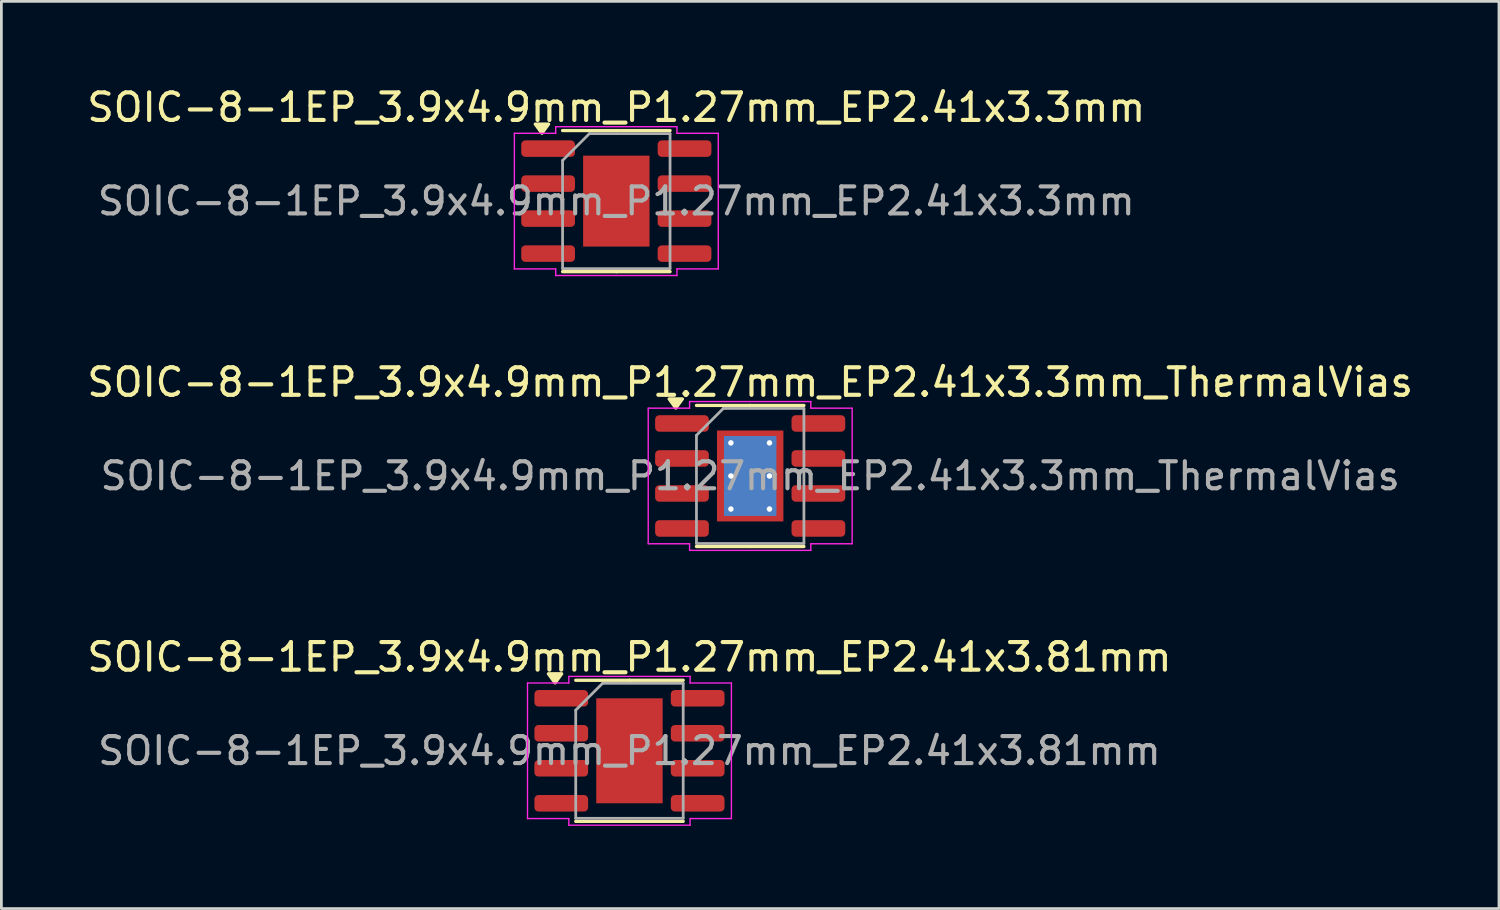
<source format=kicad_pcb>
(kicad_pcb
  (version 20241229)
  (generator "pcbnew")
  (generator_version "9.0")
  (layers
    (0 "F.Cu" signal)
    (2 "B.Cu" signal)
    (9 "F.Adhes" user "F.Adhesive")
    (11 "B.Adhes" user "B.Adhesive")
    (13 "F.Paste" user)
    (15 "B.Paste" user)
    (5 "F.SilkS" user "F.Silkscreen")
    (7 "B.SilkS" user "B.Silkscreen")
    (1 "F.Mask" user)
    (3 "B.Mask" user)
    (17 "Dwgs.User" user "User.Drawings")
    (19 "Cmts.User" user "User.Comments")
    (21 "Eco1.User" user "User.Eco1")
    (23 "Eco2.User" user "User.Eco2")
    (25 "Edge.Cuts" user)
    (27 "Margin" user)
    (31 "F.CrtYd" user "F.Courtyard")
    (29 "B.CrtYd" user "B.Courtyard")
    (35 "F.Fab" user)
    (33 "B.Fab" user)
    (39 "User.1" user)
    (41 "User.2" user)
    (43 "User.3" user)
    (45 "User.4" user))
  (footprint "SOIC-8-1EP_3.9x4.9mm_P1.27mm_EP2.41x3.3mm_ThermalVias"
    (layer "F.Cu")
    (at 24.173 14.222)
    (property "Reference" "SOIC-8-1EP_3.9x4.9mm_P1.27mm_EP2.41x3.3mm_ThermalVias" (at 0 -3.4 0) (layer "F.SilkS") (effects (font (size 1 1) (thickness 0.15))))
    (attr smd)
    (fp_line (start 0 -2.56) (end -1.95 -2.56) (stroke (width 0.12) (type solid)) (layer "F.SilkS"))
    (fp_line (start 0 -2.56) (end 1.95 -2.56) (stroke (width 0.12) (type solid)) (layer "F.SilkS"))
    (fp_line (start 0 2.56) (end -1.95 2.56) (stroke (width 0.12) (type solid)) (layer "F.SilkS"))
    (fp_line (start 0 2.56) (end 1.95 2.56) (stroke (width 0.12) (type solid)) (layer "F.SilkS"))
    (fp_poly (pts (xy -2.7 -2.465) (xy -2.94 -2.795) (xy -2.46 -2.795)) (stroke (width 0.12) (type solid)) (fill yes) (layer "F.SilkS"))
    (fp_line (start -3.7 -2.46) (end -2.2 -2.46) (stroke (width 0.05) (type solid)) (layer "F.CrtYd"))
    (fp_line (start -3.7 2.46) (end -3.7 -2.46) (stroke (width 0.05) (type solid)) (layer "F.CrtYd"))
    (fp_line (start -2.2 -2.7) (end 2.2 -2.7) (stroke (width 0.05) (type solid)) (layer "F.CrtYd"))
    (fp_line (start -2.2 -2.46) (end -2.2 -2.7) (stroke (width 0.05) (type solid)) (layer "F.CrtYd"))
    (fp_line (start -2.2 2.46) (end -3.7 2.46) (stroke (width 0.05) (type solid)) (layer "F.CrtYd"))
    (fp_line (start -2.2 2.7) (end -2.2 2.46) (stroke (width 0.05) (type solid)) (layer "F.CrtYd"))
    (fp_line (start 2.2 -2.7) (end 2.2 -2.46) (stroke (width 0.05) (type solid)) (layer "F.CrtYd"))
    (fp_line (start 2.2 -2.46) (end 3.7 -2.46) (stroke (width 0.05) (type solid)) (layer "F.CrtYd"))
    (fp_line (start 2.2 2.46) (end 2.2 2.7) (stroke (width 0.05) (type solid)) (layer "F.CrtYd"))
    (fp_line (start 2.2 2.7) (end -2.2 2.7) (stroke (width 0.05) (type solid)) (layer "F.CrtYd"))
    (fp_line (start 3.7 -2.46) (end 3.7 2.46) (stroke (width 0.05) (type solid)) (layer "F.CrtYd"))
    (fp_line (start 3.7 2.46) (end 2.2 2.46) (stroke (width 0.05) (type solid)) (layer "F.CrtYd"))
    (fp_line (start -1.95 -1.475) (end -0.975 -2.45) (stroke (width 0.1) (type solid)) (layer "F.Fab"))
    (fp_line (start -1.95 2.45) (end -1.95 -1.475) (stroke (width 0.1) (type solid)) (layer "F.Fab"))
    (fp_line (start -0.975 -2.45) (end 1.95 -2.45) (stroke (width 0.1) (type solid)) (layer "F.Fab"))
    (fp_line (start 1.95 -2.45) (end 1.95 2.45) (stroke (width 0.1) (type solid)) (layer "F.Fab"))
    (fp_line (start 1.95 2.45) (end -1.95 2.45) (stroke (width 0.1) (type solid)) (layer "F.Fab"))
    (fp_text user "${REFERENCE}" (at 0 0 0) (layer "F.Fab") (effects (font (size 0.98 0.98) (thickness 0.15))))
    (pad "" smd roundrect (at -0.6 -0.825) (size 1.01 1.38) (layers "F.Paste") (roundrect_rratio 0.248))
    (pad "" smd roundrect (at -0.6 0.825) (size 1.01 1.38) (layers "F.Paste") (roundrect_rratio 0.248))
    (pad "" smd roundrect (at 0.6 -0.825) (size 1.01 1.38) (layers "F.Paste") (roundrect_rratio 0.248))
    (pad "" smd roundrect (at 0.6 0.825) (size 1.01 1.38) (layers "F.Paste") (roundrect_rratio 0.248))
    (pad "1" smd roundrect (at -2.475 -1.905) (size 1.95 0.6) (layers "F.Cu" "F.Mask" "F.Paste") (roundrect_rratio 0.25))
    (pad "2" smd roundrect (at -2.475 -0.635) (size 1.95 0.6) (layers "F.Cu" "F.Mask" "F.Paste") (roundrect_rratio 0.25))
    (pad "3" smd roundrect (at -2.475 0.635) (size 1.95 0.6) (layers "F.Cu" "F.Mask" "F.Paste") (roundrect_rratio 0.25))
    (pad "4" smd roundrect (at -2.475 1.905) (size 1.95 0.6) (layers "F.Cu" "F.Mask" "F.Paste") (roundrect_rratio 0.25))
    (pad "5" smd roundrect (at 2.475 1.905) (size 1.95 0.6) (layers "F.Cu" "F.Mask" "F.Paste") (roundrect_rratio 0.25))
    (pad "6" smd roundrect (at 2.475 0.635) (size 1.95 0.6) (layers "F.Cu" "F.Mask" "F.Paste") (roundrect_rratio 0.25))
    (pad "7" smd roundrect (at 2.475 -0.635) (size 1.95 0.6) (layers "F.Cu" "F.Mask" "F.Paste") (roundrect_rratio 0.25))
    (pad "8" smd roundrect (at 2.475 -1.905) (size 1.95 0.6) (layers "F.Cu" "F.Mask" "F.Paste") (roundrect_rratio 0.25))
    (pad "9" thru_hole circle (at -0.7 -1.2) (size 0.5 0.5) (drill 0.2) (property pad_prop_heatsink) (layers "*.Cu"))
    (pad "9" thru_hole circle (at -0.7 0) (size 0.5 0.5) (drill 0.2) (property pad_prop_heatsink) (layers "*.Cu"))
    (pad "9" thru_hole circle (at -0.7 1.2) (size 0.5 0.5) (drill 0.2) (property pad_prop_heatsink) (layers "*.Cu"))
    (pad "9" smd rect (at 0 0) (size 1.9 2.9) (property pad_prop_heatsink) (layers "B.Cu"))
    (pad "9" smd rect (at 0 0) (size 2.41 3.3) (property pad_prop_heatsink) (layers "F.Cu" "F.Mask"))
    (pad "9" thru_hole circle (at 0.7 -1.2) (size 0.5 0.5) (drill 0.2) (property pad_prop_heatsink) (layers "*.Cu"))
    (pad "9" thru_hole circle (at 0.7 0) (size 0.5 0.5) (drill 0.2) (property pad_prop_heatsink) (layers "*.Cu"))
    (pad "9" thru_hole circle (at 0.7 1.2) (size 0.5 0.5) (drill 0.2) (property pad_prop_heatsink) (layers "*.Cu")))
  (footprint "SOIC-8-1EP_3.9x4.9mm_P1.27mm_EP2.41x3.3mm"
    (layer "F.Cu")
    (at 19.315 4.248)
    (property "Reference" "SOIC-8-1EP_3.9x4.9mm_P1.27mm_EP2.41x3.3mm" (at 0 -3.4 0) (layer "F.SilkS") (effects (font (size 1 1) (thickness 0.15))))
    (attr smd)
    (fp_line (start 0 -2.56) (end -1.95 -2.56) (stroke (width 0.12) (type solid)) (layer "F.SilkS"))
    (fp_line (start 0 -2.56) (end 1.95 -2.56) (stroke (width 0.12) (type solid)) (layer "F.SilkS"))
    (fp_line (start 0 2.56) (end -1.95 2.56) (stroke (width 0.12) (type solid)) (layer "F.SilkS"))
    (fp_line (start 0 2.56) (end 1.95 2.56) (stroke (width 0.12) (type solid)) (layer "F.SilkS"))
    (fp_poly (pts (xy -2.7 -2.465) (xy -2.94 -2.795) (xy -2.46 -2.795)) (stroke (width 0.12) (type solid)) (fill yes) (layer "F.SilkS"))
    (fp_line (start -3.7 -2.46) (end -2.2 -2.46) (stroke (width 0.05) (type solid)) (layer "F.CrtYd"))
    (fp_line (start -3.7 2.46) (end -3.7 -2.46) (stroke (width 0.05) (type solid)) (layer "F.CrtYd"))
    (fp_line (start -2.2 -2.7) (end 2.2 -2.7) (stroke (width 0.05) (type solid)) (layer "F.CrtYd"))
    (fp_line (start -2.2 -2.46) (end -2.2 -2.7) (stroke (width 0.05) (type solid)) (layer "F.CrtYd"))
    (fp_line (start -2.2 2.46) (end -3.7 2.46) (stroke (width 0.05) (type solid)) (layer "F.CrtYd"))
    (fp_line (start -2.2 2.7) (end -2.2 2.46) (stroke (width 0.05) (type solid)) (layer "F.CrtYd"))
    (fp_line (start 2.2 -2.7) (end 2.2 -2.46) (stroke (width 0.05) (type solid)) (layer "F.CrtYd"))
    (fp_line (start 2.2 -2.46) (end 3.7 -2.46) (stroke (width 0.05) (type solid)) (layer "F.CrtYd"))
    (fp_line (start 2.2 2.46) (end 2.2 2.7) (stroke (width 0.05) (type solid)) (layer "F.CrtYd"))
    (fp_line (start 2.2 2.7) (end -2.2 2.7) (stroke (width 0.05) (type solid)) (layer "F.CrtYd"))
    (fp_line (start 3.7 -2.46) (end 3.7 2.46) (stroke (width 0.05) (type solid)) (layer "F.CrtYd"))
    (fp_line (start 3.7 2.46) (end 2.2 2.46) (stroke (width 0.05) (type solid)) (layer "F.CrtYd"))
    (fp_line (start -1.95 -1.475) (end -0.975 -2.45) (stroke (width 0.1) (type solid)) (layer "F.Fab"))
    (fp_line (start -1.95 2.45) (end -1.95 -1.475) (stroke (width 0.1) (type solid)) (layer "F.Fab"))
    (fp_line (start -0.975 -2.45) (end 1.95 -2.45) (stroke (width 0.1) (type solid)) (layer "F.Fab"))
    (fp_line (start 1.95 -2.45) (end 1.95 2.45) (stroke (width 0.1) (type solid)) (layer "F.Fab"))
    (fp_line (start 1.95 2.45) (end -1.95 2.45) (stroke (width 0.1) (type solid)) (layer "F.Fab"))
    (fp_text user "${REFERENCE}" (at 0 0 0) (layer "F.Fab") (effects (font (size 0.98 0.98) (thickness 0.15))))
    (pad "" smd roundrect (at -0.6 -0.825) (size 0.97 1.33) (layers "F.Paste") (roundrect_rratio 0.25))
    (pad "" smd roundrect (at -0.6 0.825) (size 0.97 1.33) (layers "F.Paste") (roundrect_rratio 0.25))
    (pad "" smd roundrect (at 0.6 -0.825) (size 0.97 1.33) (layers "F.Paste") (roundrect_rratio 0.25))
    (pad "" smd roundrect (at 0.6 0.825) (size 0.97 1.33) (layers "F.Paste") (roundrect_rratio 0.25))
    (pad "1" smd roundrect (at -2.475 -1.905) (size 1.95 0.6) (layers "F.Cu" "F.Mask" "F.Paste") (roundrect_rratio 0.25))
    (pad "2" smd roundrect (at -2.475 -0.635) (size 1.95 0.6) (layers "F.Cu" "F.Mask" "F.Paste") (roundrect_rratio 0.25))
    (pad "3" smd roundrect (at -2.475 0.635) (size 1.95 0.6) (layers "F.Cu" "F.Mask" "F.Paste") (roundrect_rratio 0.25))
    (pad "4" smd roundrect (at -2.475 1.905) (size 1.95 0.6) (layers "F.Cu" "F.Mask" "F.Paste") (roundrect_rratio 0.25))
    (pad "5" smd roundrect (at 2.475 1.905) (size 1.95 0.6) (layers "F.Cu" "F.Mask" "F.Paste") (roundrect_rratio 0.25))
    (pad "6" smd roundrect (at 2.475 0.635) (size 1.95 0.6) (layers "F.Cu" "F.Mask" "F.Paste") (roundrect_rratio 0.25))
    (pad "7" smd roundrect (at 2.475 -0.635) (size 1.95 0.6) (layers "F.Cu" "F.Mask" "F.Paste") (roundrect_rratio 0.25))
    (pad "8" smd roundrect (at 2.475 -1.905) (size 1.95 0.6) (layers "F.Cu" "F.Mask" "F.Paste") (roundrect_rratio 0.25))
    (pad "9" smd rect (at 0 0) (size 2.41 3.3) (property pad_prop_heatsink) (layers "F.Cu" "F.Mask")))
  (footprint "SOIC-8-1EP_3.9x4.9mm_P1.27mm_EP2.41x3.81mm"
    (layer "F.Cu")
    (at 19.792 24.195)
    (property "Reference" "SOIC-8-1EP_3.9x4.9mm_P1.27mm_EP2.41x3.81mm" (at 0 -3.4 0) (layer "F.SilkS") (effects (font (size 1 1) (thickness 0.15))))
    (attr smd)
    (fp_line (start 0 -2.56) (end -1.95 -2.56) (stroke (width 0.12) (type solid)) (layer "F.SilkS"))
    (fp_line (start 0 -2.56) (end 1.95 -2.56) (stroke (width 0.12) (type solid)) (layer "F.SilkS"))
    (fp_line (start 0 2.56) (end -1.95 2.56) (stroke (width 0.12) (type solid)) (layer "F.SilkS"))
    (fp_line (start 0 2.56) (end 1.95 2.56) (stroke (width 0.12) (type solid)) (layer "F.SilkS"))
    (fp_poly (pts (xy -2.7 -2.465) (xy -2.94 -2.795) (xy -2.46 -2.795)) (stroke (width 0.12) (type solid)) (fill yes) (layer "F.SilkS"))
    (fp_line (start -3.7 -2.46) (end -2.2 -2.46) (stroke (width 0.05) (type solid)) (layer "F.CrtYd"))
    (fp_line (start -3.7 2.46) (end -3.7 -2.46) (stroke (width 0.05) (type solid)) (layer "F.CrtYd"))
    (fp_line (start -2.2 -2.7) (end 2.2 -2.7) (stroke (width 0.05) (type solid)) (layer "F.CrtYd"))
    (fp_line (start -2.2 -2.46) (end -2.2 -2.7) (stroke (width 0.05) (type solid)) (layer "F.CrtYd"))
    (fp_line (start -2.2 2.46) (end -3.7 2.46) (stroke (width 0.05) (type solid)) (layer "F.CrtYd"))
    (fp_line (start -2.2 2.7) (end -2.2 2.46) (stroke (width 0.05) (type solid)) (layer "F.CrtYd"))
    (fp_line (start 2.2 -2.7) (end 2.2 -2.46) (stroke (width 0.05) (type solid)) (layer "F.CrtYd"))
    (fp_line (start 2.2 -2.46) (end 3.7 -2.46) (stroke (width 0.05) (type solid)) (layer "F.CrtYd"))
    (fp_line (start 2.2 2.46) (end 2.2 2.7) (stroke (width 0.05) (type solid)) (layer "F.CrtYd"))
    (fp_line (start 2.2 2.7) (end -2.2 2.7) (stroke (width 0.05) (type solid)) (layer "F.CrtYd"))
    (fp_line (start 3.7 -2.46) (end 3.7 2.46) (stroke (width 0.05) (type solid)) (layer "F.CrtYd"))
    (fp_line (start 3.7 2.46) (end 2.2 2.46) (stroke (width 0.05) (type solid)) (layer "F.CrtYd"))
    (fp_line (start -1.95 -1.475) (end -0.975 -2.45) (stroke (width 0.1) (type solid)) (layer "F.Fab"))
    (fp_line (start -1.95 2.45) (end -1.95 -1.475) (stroke (width 0.1) (type solid)) (layer "F.Fab"))
    (fp_line (start -0.975 -2.45) (end 1.95 -2.45) (stroke (width 0.1) (type solid)) (layer "F.Fab"))
    (fp_line (start 1.95 -2.45) (end 1.95 2.45) (stroke (width 0.1) (type solid)) (layer "F.Fab"))
    (fp_line (start 1.95 2.45) (end -1.95 2.45) (stroke (width 0.1) (type solid)) (layer "F.Fab"))
    (fp_text user "${REFERENCE}" (at 0 0 0) (layer "F.Fab") (effects (font (size 0.98 0.98) (thickness 0.15))))
    (pad "" smd roundrect (at -0.6 -0.95) (size 0.97 1.54) (layers "F.Paste") (roundrect_rratio 0.25))
    (pad "" smd roundrect (at -0.6 0.95) (size 0.97 1.54) (layers "F.Paste") (roundrect_rratio 0.25))
    (pad "" smd roundrect (at 0.6 -0.95) (size 0.97 1.54) (layers "F.Paste") (roundrect_rratio 0.25))
    (pad "" smd roundrect (at 0.6 0.95) (size 0.97 1.54) (layers "F.Paste") (roundrect_rratio 0.25))
    (pad "1" smd roundrect (at -2.475 -1.905) (size 1.95 0.6) (layers "F.Cu" "F.Mask" "F.Paste") (roundrect_rratio 0.25))
    (pad "2" smd roundrect (at -2.475 -0.635) (size 1.95 0.6) (layers "F.Cu" "F.Mask" "F.Paste") (roundrect_rratio 0.25))
    (pad "3" smd roundrect (at -2.475 0.635) (size 1.95 0.6) (layers "F.Cu" "F.Mask" "F.Paste") (roundrect_rratio 0.25))
    (pad "4" smd roundrect (at -2.475 1.905) (size 1.95 0.6) (layers "F.Cu" "F.Mask" "F.Paste") (roundrect_rratio 0.25))
    (pad "5" smd roundrect (at 2.475 1.905) (size 1.95 0.6) (layers "F.Cu" "F.Mask" "F.Paste") (roundrect_rratio 0.25))
    (pad "6" smd roundrect (at 2.475 0.635) (size 1.95 0.6) (layers "F.Cu" "F.Mask" "F.Paste") (roundrect_rratio 0.25))
    (pad "7" smd roundrect (at 2.475 -0.635) (size 1.95 0.6) (layers "F.Cu" "F.Mask" "F.Paste") (roundrect_rratio 0.25))
    (pad "8" smd roundrect (at 2.475 -1.905) (size 1.95 0.6) (layers "F.Cu" "F.Mask" "F.Paste") (roundrect_rratio 0.25))
    (pad "9" smd rect (at 0 0) (size 2.41 3.81) (property pad_prop_heatsink) (layers "F.Cu" "F.Mask")))
  (gr_rect
    (start -3 -3)
    (end 51.345 29.92)
    (stroke (width 0.1) (type default))
    (fill no)
    (layer "Edge.Cuts")))
</source>
